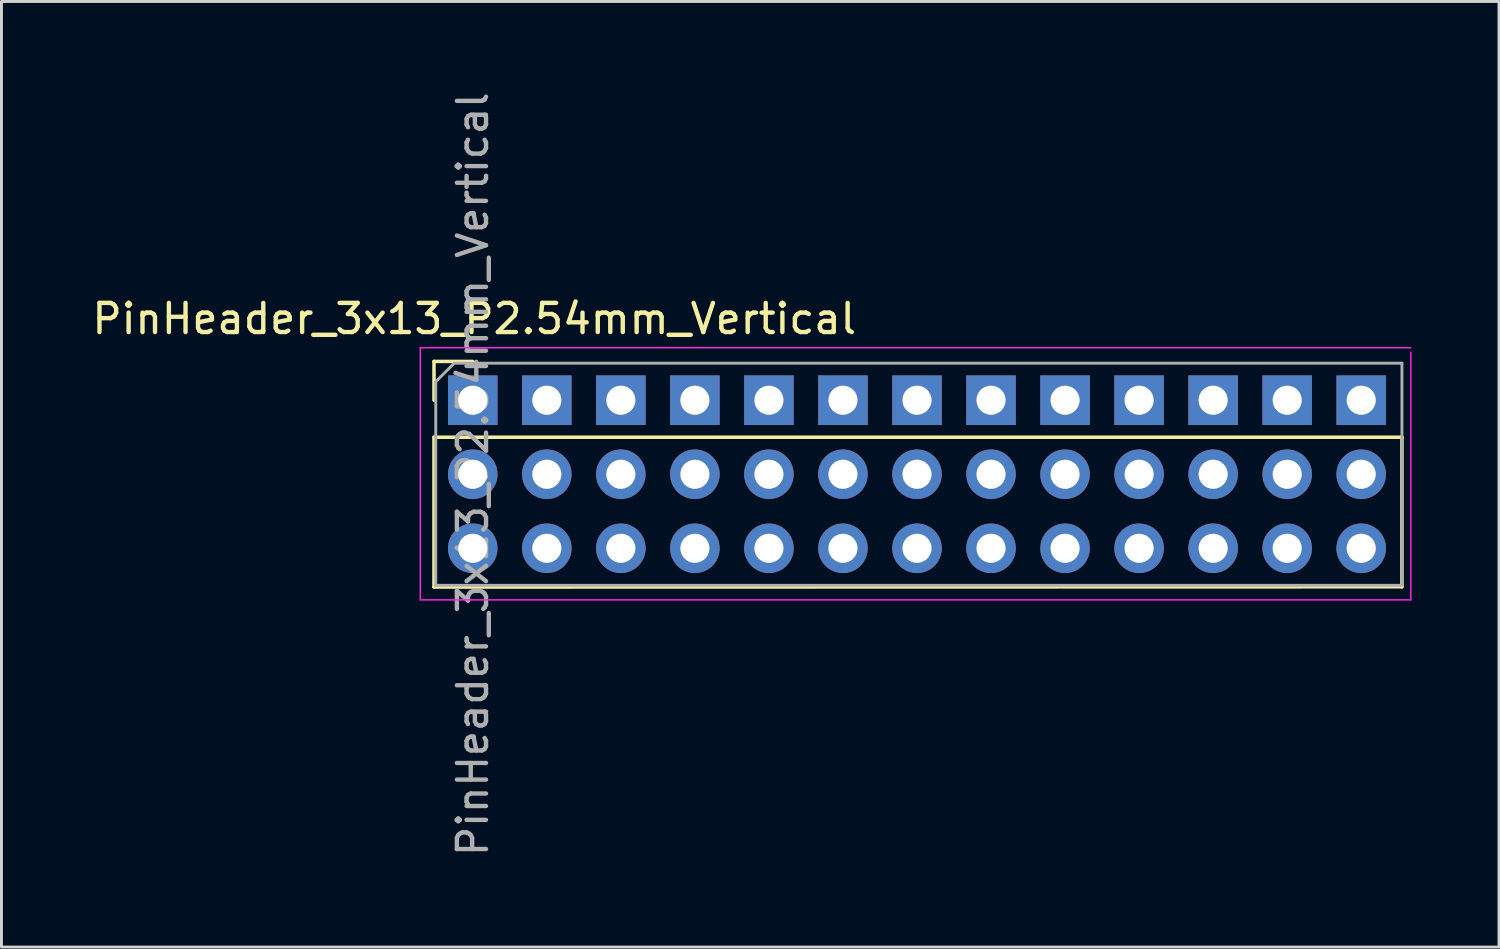
<source format=kicad_pcb>
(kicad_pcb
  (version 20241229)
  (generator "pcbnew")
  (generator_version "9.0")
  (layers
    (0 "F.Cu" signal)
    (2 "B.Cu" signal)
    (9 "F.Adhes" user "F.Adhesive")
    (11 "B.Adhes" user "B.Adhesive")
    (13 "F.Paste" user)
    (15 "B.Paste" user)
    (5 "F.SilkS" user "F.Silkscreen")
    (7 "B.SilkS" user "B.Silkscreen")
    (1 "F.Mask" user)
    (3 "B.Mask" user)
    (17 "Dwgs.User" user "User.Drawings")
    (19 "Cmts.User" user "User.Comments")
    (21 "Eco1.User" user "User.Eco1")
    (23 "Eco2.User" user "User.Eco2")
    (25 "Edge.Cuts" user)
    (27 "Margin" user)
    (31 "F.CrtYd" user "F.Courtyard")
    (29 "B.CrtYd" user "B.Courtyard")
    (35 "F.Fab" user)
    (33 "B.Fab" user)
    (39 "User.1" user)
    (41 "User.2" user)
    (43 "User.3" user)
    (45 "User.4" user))
  (footprint "PinHeader_3x13_P2.54mm_Vertical"
    (layer "F.Cu")
    (at 13.169 10.68)
    (property "Reference" "PinHeader_3x13_P2.54mm_Vertical" (at 0.051 -2.794 0) (layer "F.SilkS") (effects (font (size 1 1) (thickness 0.15))))
    (attr through_hole)
    (fp_line (start -1.33 -1.33) (end 0 -1.33) (stroke (width 0.12) (type solid)) (layer "F.SilkS"))
    (fp_line (start -1.33 0) (end -1.33 -1.33) (stroke (width 0.12) (type solid)) (layer "F.SilkS"))
    (fp_line (start -1.33 1.27) (end -1.33 6.41) (stroke (width 0.12) (type solid)) (layer "F.SilkS"))
    (fp_line (start -1.33 1.27) (end 31.877 1.27) (stroke (width 0.12) (type solid)) (layer "F.SilkS"))
    (fp_line (start -1.33 6.41) (end 31.877 6.401) (stroke (width 0.12) (type solid)) (layer "F.SilkS"))
    (fp_line (start 31.877 1.27) (end 31.877 6.401) (stroke (width 0.12) (type solid)) (layer "F.SilkS"))
    (fp_line (start -1.8 -1.8) (end -1.8 6.85) (stroke (width 0.05) (type solid)) (layer "F.CrtYd"))
    (fp_line (start -1.8 6.85) (end 32.182 6.85) (stroke (width 0.05) (type solid)) (layer "F.CrtYd"))
    (fp_line (start 32.182 -1.8) (end -1.8 -1.8) (stroke (width 0.05) (type solid)) (layer "F.CrtYd"))
    (fp_line (start 32.182 6.85) (end 32.182 -1.651) (stroke (width 0.05) (type solid)) (layer "F.CrtYd"))
    (fp_line (start -1.27 -0.635) (end -0.635 -1.27) (stroke (width 0.1) (type solid)) (layer "F.Fab"))
    (fp_line (start -1.27 6.35) (end -1.27 -0.635) (stroke (width 0.1) (type solid)) (layer "F.Fab"))
    (fp_line (start -0.635 -1.27) (end 31.877 -1.27) (stroke (width 0.1) (type solid)) (layer "F.Fab"))
    (fp_line (start 31.852 6.35) (end -1.27 6.35) (stroke (width 0.1) (type solid)) (layer "F.Fab"))
    (fp_line (start 31.877 -1.27) (end 31.877 6.35) (stroke (width 0.1) (type solid)) (layer "F.Fab"))
    (fp_text user "${REFERENCE}" (at 0 2.54 90) (layer "F.Fab") (effects (font (size 1 1) (thickness 0.15))))
    (pad "1" thru_hole rect (at 0 0) (size 1.7 1.7) (drill 1) (layers "*.Cu" "*.Mask"))
    (pad "1" thru_hole rect (at 2.54 0) (size 1.7 1.7) (drill 1) (layers "*.Cu" "*.Mask"))
    (pad "1" thru_hole rect (at 5.08 0) (size 1.7 1.7) (drill 1) (layers "*.Cu" "*.Mask"))
    (pad "1" thru_hole rect (at 7.62 0) (size 1.7 1.7) (drill 1) (layers "*.Cu" "*.Mask"))
    (pad "1" thru_hole rect (at 10.16 0) (size 1.7 1.7) (drill 1) (layers "*.Cu" "*.Mask"))
    (pad "1" thru_hole rect (at 12.7 0) (size 1.7 1.7) (drill 1) (layers "*.Cu" "*.Mask"))
    (pad "1" thru_hole rect (at 15.24 0) (size 1.7 1.7) (drill 1) (layers "*.Cu" "*.Mask"))
    (pad "1" thru_hole rect (at 17.78 0) (size 1.7 1.7) (drill 1) (layers "*.Cu" "*.Mask"))
    (pad "1" thru_hole rect (at 20.32 0) (size 1.7 1.7) (drill 1) (layers "*.Cu" "*.Mask"))
    (pad "1" thru_hole rect (at 22.86 0) (size 1.7 1.7) (drill 1) (layers "*.Cu" "*.Mask"))
    (pad "1" thru_hole rect (at 25.4 0) (size 1.7 1.7) (drill 1) (layers "*.Cu" "*.Mask"))
    (pad "1" thru_hole rect (at 27.94 0) (size 1.7 1.7) (drill 1) (layers "*.Cu" "*.Mask"))
    (pad "1" thru_hole rect (at 30.48 0) (size 1.7 1.7) (drill 1) (layers "*.Cu" "*.Mask"))
    (pad "2" thru_hole oval (at 0 2.54) (size 1.7 1.7) (drill 1) (layers "*.Cu" "*.Mask"))
    (pad "2" thru_hole oval (at 2.54 2.54) (size 1.7 1.7) (drill 1) (layers "*.Cu" "*.Mask"))
    (pad "2" thru_hole oval (at 5.08 2.54) (size 1.7 1.7) (drill 1) (layers "*.Cu" "*.Mask"))
    (pad "2" thru_hole oval (at 7.62 2.54) (size 1.7 1.7) (drill 1) (layers "*.Cu" "*.Mask"))
    (pad "2" thru_hole oval (at 10.16 2.54) (size 1.7 1.7) (drill 1) (layers "*.Cu" "*.Mask"))
    (pad "2" thru_hole oval (at 12.7 2.54) (size 1.7 1.7) (drill 1) (layers "*.Cu" "*.Mask"))
    (pad "2" thru_hole oval (at 15.24 2.54) (size 1.7 1.7) (drill 1) (layers "*.Cu" "*.Mask"))
    (pad "2" thru_hole oval (at 17.78 2.54) (size 1.7 1.7) (drill 1) (layers "*.Cu" "*.Mask"))
    (pad "2" thru_hole oval (at 20.32 2.54) (size 1.7 1.7) (drill 1) (layers "*.Cu" "*.Mask"))
    (pad "2" thru_hole oval (at 22.86 2.54) (size 1.7 1.7) (drill 1) (layers "*.Cu" "*.Mask"))
    (pad "2" thru_hole oval (at 25.4 2.54) (size 1.7 1.7) (drill 1) (layers "*.Cu" "*.Mask"))
    (pad "2" thru_hole oval (at 27.94 2.54) (size 1.7 1.7) (drill 1) (layers "*.Cu" "*.Mask"))
    (pad "2" thru_hole oval (at 30.48 2.54) (size 1.7 1.7) (drill 1) (layers "*.Cu" "*.Mask"))
    (pad "3" thru_hole oval (at 0 5.08) (size 1.7 1.7) (drill 1) (layers "*.Cu" "*.Mask"))
    (pad "3" thru_hole oval (at 2.54 5.08) (size 1.7 1.7) (drill 1) (layers "*.Cu" "*.Mask"))
    (pad "3" thru_hole oval (at 5.08 5.08) (size 1.7 1.7) (drill 1) (layers "*.Cu" "*.Mask"))
    (pad "3" thru_hole oval (at 7.62 5.08) (size 1.7 1.7) (drill 1) (layers "*.Cu" "*.Mask"))
    (pad "3" thru_hole oval (at 10.16 5.08) (size 1.7 1.7) (drill 1) (layers "*.Cu" "*.Mask"))
    (pad "3" thru_hole oval (at 12.7 5.08) (size 1.7 1.7) (drill 1) (layers "*.Cu" "*.Mask"))
    (pad "3" thru_hole oval (at 15.24 5.08) (size 1.7 1.7) (drill 1) (layers "*.Cu" "*.Mask"))
    (pad "3" thru_hole oval (at 17.78 5.08) (size 1.7 1.7) (drill 1) (layers "*.Cu" "*.Mask"))
    (pad "3" thru_hole oval (at 20.32 5.08) (size 1.7 1.7) (drill 1) (layers "*.Cu" "*.Mask"))
    (pad "3" thru_hole oval (at 22.86 5.08) (size 1.7 1.7) (drill 1) (layers "*.Cu" "*.Mask"))
    (pad "3" thru_hole oval (at 25.4 5.08) (size 1.7 1.7) (drill 1) (layers "*.Cu" "*.Mask"))
    (pad "3" thru_hole oval (at 27.94 5.08) (size 1.7 1.7) (drill 1) (layers "*.Cu" "*.Mask"))
    (pad "3" thru_hole oval (at 30.48 5.08) (size 1.7 1.7) (drill 1) (layers "*.Cu" "*.Mask")))
  (gr_rect
    (start -3 -3)
    (end 48.376 29.44)
    (stroke (width 0.1) (type default))
    (fill no)
    (layer "Edge.Cuts")))
</source>
